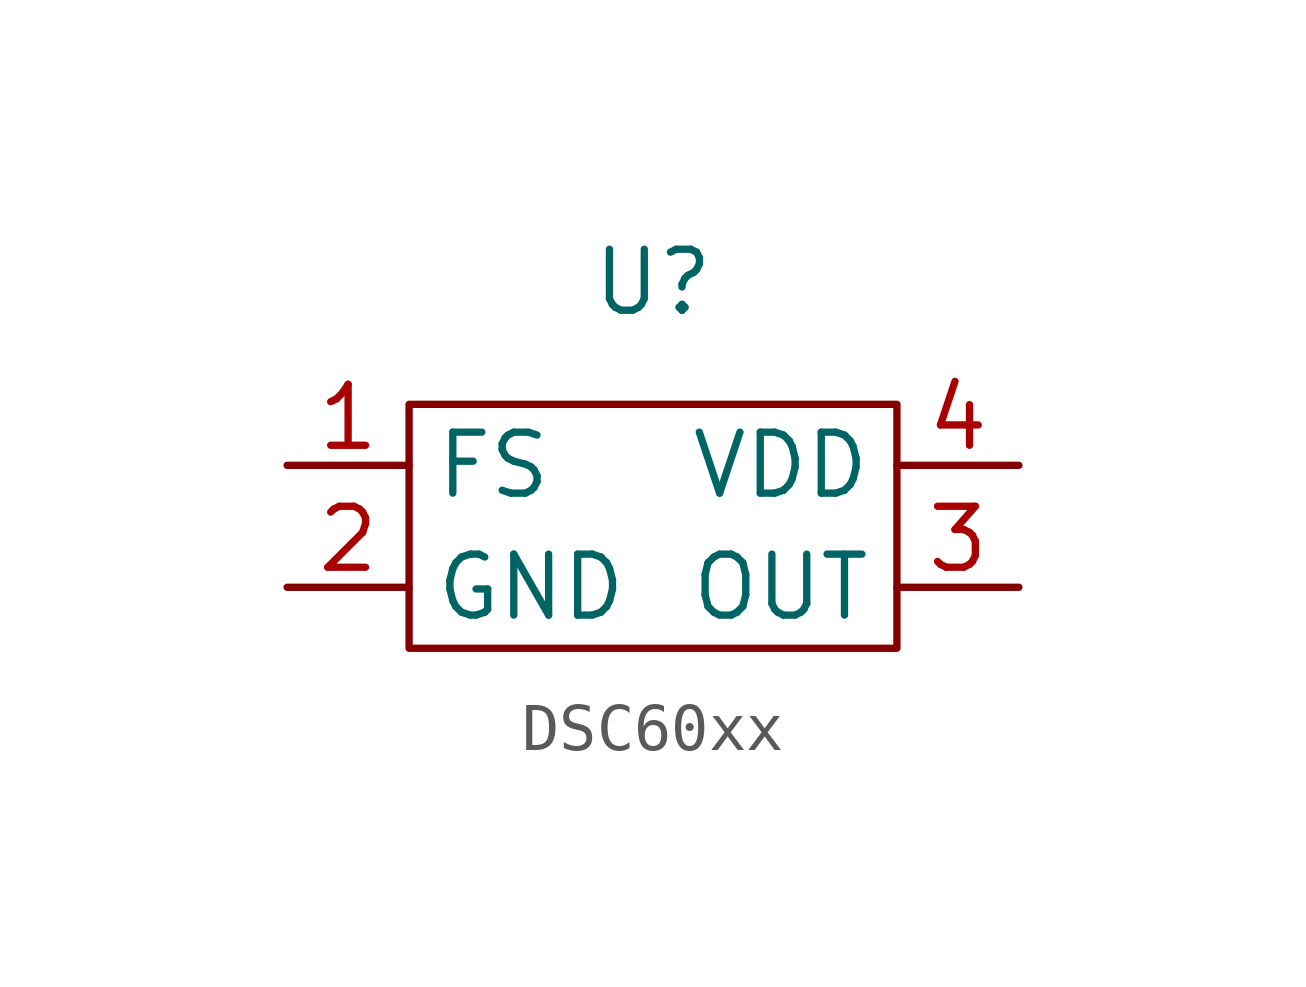
<source format=kicad_sym>
(kicad_symbol_lib
  (version 20220914)
  (generator kicad_symbol_editor)
  (symbol "DSC60xx"
    (property "Reference" "U"
      (at 0 5.08 0)
      (effects (font (size 1.27 1.27))))
    (property "Value" ""
      (at 0 0 0)
      (effects (font (size 1.27 1.27))))
    (symbol "DSC60xx_0_1"
      (rectangle (start -5.08 2.54) (end 5.08 -2.54) (stroke (width 0) (type default)) (fill (type none))))
    (symbol "DSC60xx_1_1"
      (pin passive line (at -7.62 1.27 0) (length 2.54) (name "FS" (effects (font (size 1.27 1.27)))) (number "1" (effects (font (size 1.27 1.27)))))
      (pin passive line (at -7.62 -1.27 0) (length 2.54) (name "GND" (effects (font (size 1.27 1.27)))) (number "2" (effects (font (size 1.27 1.27)))))
      (pin passive line (at 7.62 -1.27 180) (length 2.54) (name "OUT" (effects (font (size 1.27 1.27)))) (number "3" (effects (font (size 1.27 1.27)))))
      (pin passive line (at 7.62 1.27 180) (length 2.54) (name "VDD" (effects (font (size 1.27 1.27)))) (number "4" (effects (font (size 1.27 1.27))))))))
</source>
